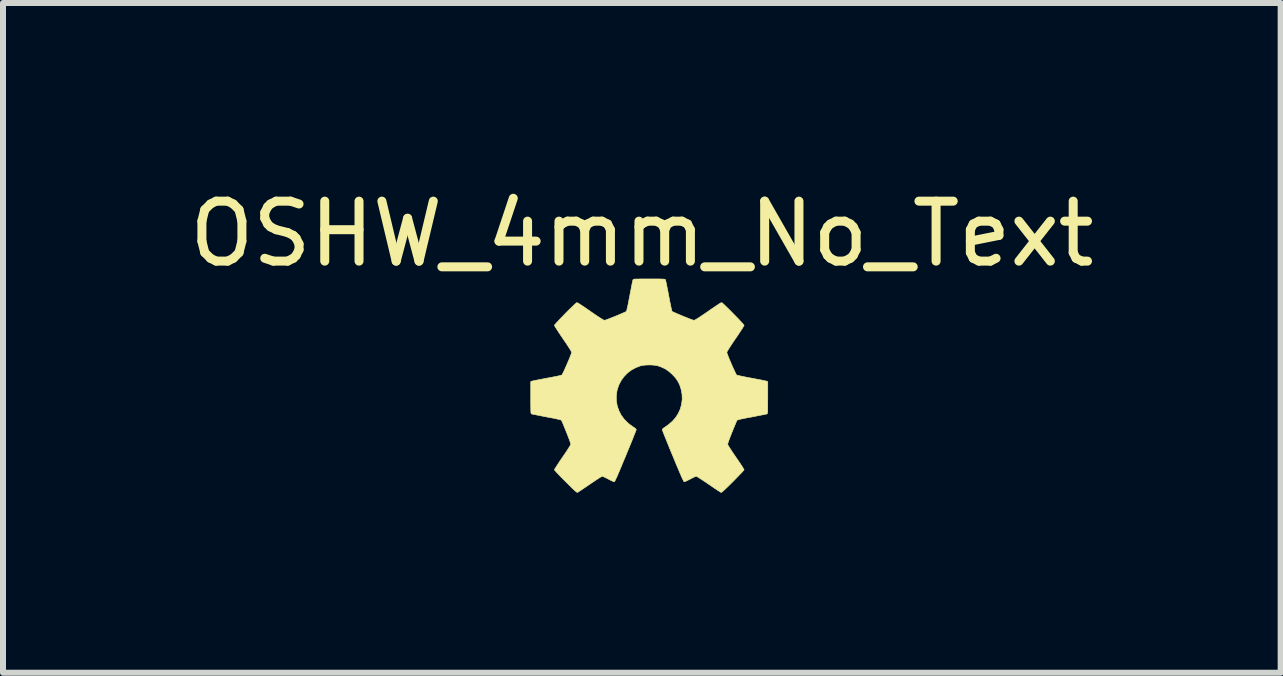
<source format=kicad_pcb>
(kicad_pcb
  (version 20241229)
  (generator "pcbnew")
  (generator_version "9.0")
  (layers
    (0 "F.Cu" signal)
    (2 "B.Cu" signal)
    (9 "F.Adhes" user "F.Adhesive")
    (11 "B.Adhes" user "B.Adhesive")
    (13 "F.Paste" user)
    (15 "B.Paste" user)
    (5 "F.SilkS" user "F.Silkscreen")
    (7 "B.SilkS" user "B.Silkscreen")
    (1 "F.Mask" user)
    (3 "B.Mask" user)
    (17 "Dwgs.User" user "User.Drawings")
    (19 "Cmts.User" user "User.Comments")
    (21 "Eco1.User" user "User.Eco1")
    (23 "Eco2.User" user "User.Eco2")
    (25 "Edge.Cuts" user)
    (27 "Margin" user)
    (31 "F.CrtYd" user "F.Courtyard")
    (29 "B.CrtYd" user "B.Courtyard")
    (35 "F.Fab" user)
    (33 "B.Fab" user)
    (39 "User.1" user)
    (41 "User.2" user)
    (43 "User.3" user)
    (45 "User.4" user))
  (footprint "OSHW_4mm_No_Text"
    (layer "F.Cu")
    (at 7.769 3.378)
    (property "Reference" "OSHW_4mm_No_Text" (at -0.12 -2.53 0) (layer "F.SilkS") (effects (font (size 1 1) (thickness 0.15))))
    (attr through_hole)
    (fp_poly (pts (xy 0.07 -1.778) (xy 0.124 -1.778) (xy 0.167 -1.778) (xy 0.201 -1.777) (xy 0.226 -1.776) (xy 0.245 -1.775) (xy 0.257 -1.774) (xy 0.265 -1.772) (xy 0.27 -1.77) (xy 0.273 -1.767) (xy 0.274 -1.765) (xy 0.277 -1.756) (xy 0.281 -1.735) (xy 0.288 -1.704) (xy 0.296 -1.664) (xy 0.305 -1.617) (xy 0.316 -1.565) (xy 0.326 -1.509) (xy 0.328 -1.499) (xy 0.339 -1.443) (xy 0.349 -1.39) (xy 0.359 -1.343) (xy 0.367 -1.303) (xy 0.374 -1.271) (xy 0.38 -1.249) (xy 0.383 -1.239) (xy 0.384 -1.238) (xy 0.392 -1.233) (xy 0.412 -1.223) (xy 0.44 -1.211) (xy 0.474 -1.196) (xy 0.513 -1.18) (xy 0.554 -1.162) (xy 0.596 -1.145) (xy 0.637 -1.129) (xy 0.674 -1.114) (xy 0.706 -1.102) (xy 0.731 -1.093) (xy 0.746 -1.089) (xy 0.749 -1.088) (xy 0.758 -1.091) (xy 0.776 -1.1) (xy 0.803 -1.116) (xy 0.839 -1.139) (xy 0.884 -1.169) (xy 0.94 -1.207) (xy 0.972 -1.229) (xy 1.028 -1.268) (xy 1.074 -1.299) (xy 1.111 -1.325) (xy 1.141 -1.344) (xy 1.163 -1.359) (xy 1.18 -1.37) (xy 1.192 -1.377) (xy 1.2 -1.38) (xy 1.206 -1.382) (xy 1.21 -1.382) (xy 1.214 -1.381) (xy 1.215 -1.381) (xy 1.224 -1.375) (xy 1.24 -1.361) (xy 1.263 -1.339) (xy 1.291 -1.312) (xy 1.323 -1.281) (xy 1.357 -1.247) (xy 1.393 -1.21) (xy 1.43 -1.173) (xy 1.465 -1.137) (xy 1.498 -1.103) (xy 1.527 -1.071) (xy 1.552 -1.045) (xy 1.57 -1.024) (xy 1.581 -1.01) (xy 1.584 -1.005) (xy 1.58 -0.997) (xy 1.57 -0.979) (xy 1.554 -0.952) (xy 1.532 -0.919) (xy 1.506 -0.879) (xy 1.477 -0.835) (xy 1.445 -0.788) (xy 1.44 -0.782) (xy 1.397 -0.718) (xy 1.362 -0.665) (xy 1.334 -0.622) (xy 1.314 -0.589) (xy 1.301 -0.567) (xy 1.297 -0.556) (xy 1.297 -0.555) (xy 1.299 -0.543) (xy 1.307 -0.522) (xy 1.318 -0.492) (xy 1.332 -0.456) (xy 1.349 -0.416) (xy 1.367 -0.374) (xy 1.385 -0.331) (xy 1.404 -0.29) (xy 1.421 -0.253) (xy 1.436 -0.221) (xy 1.448 -0.196) (xy 1.457 -0.181) (xy 1.461 -0.176) (xy 1.47 -0.173) (xy 1.491 -0.168) (xy 1.523 -0.161) (xy 1.562 -0.153) (xy 1.609 -0.143) (xy 1.66 -0.133) (xy 1.711 -0.124) (xy 1.767 -0.113) (xy 1.818 -0.104) (xy 1.864 -0.095) (xy 1.903 -0.087) (xy 1.934 -0.08) (xy 1.955 -0.076) (xy 1.963 -0.073) (xy 1.979 -0.067) (xy 1.979 0.2) (xy 1.978 0.267) (xy 1.978 0.321) (xy 1.978 0.365) (xy 1.978 0.4) (xy 1.977 0.425) (xy 1.976 0.444) (xy 1.974 0.457) (xy 1.972 0.465) (xy 1.97 0.469) (xy 1.967 0.471) (xy 1.967 0.471) (xy 1.958 0.474) (xy 1.937 0.478) (xy 1.906 0.485) (xy 1.867 0.492) (xy 1.821 0.501) (xy 1.77 0.511) (xy 1.715 0.522) (xy 1.648 0.534) (xy 1.593 0.545) (xy 1.55 0.554) (xy 1.516 0.561) (xy 1.492 0.568) (xy 1.477 0.573) (xy 1.468 0.577) (xy 1.466 0.578) (xy 1.462 0.587) (xy 1.453 0.607) (xy 1.441 0.636) (xy 1.426 0.672) (xy 1.408 0.714) (xy 1.39 0.761) (xy 1.383 0.776) (xy 1.359 0.838) (xy 1.339 0.889) (xy 1.325 0.928) (xy 1.316 0.956) (xy 1.312 0.974) (xy 1.312 0.981) (xy 1.316 0.991) (xy 1.327 1.01) (xy 1.344 1.037) (xy 1.366 1.071) (xy 1.392 1.111) (xy 1.422 1.155) (xy 1.449 1.195) (xy 1.481 1.241) (xy 1.509 1.283) (xy 1.535 1.321) (xy 1.556 1.354) (xy 1.571 1.379) (xy 1.581 1.396) (xy 1.584 1.402) (xy 1.58 1.41) (xy 1.566 1.425) (xy 1.546 1.448) (xy 1.519 1.476) (xy 1.486 1.51) (xy 1.449 1.548) (xy 1.409 1.589) (xy 1.398 1.6) (xy 1.35 1.648) (xy 1.31 1.687) (xy 1.278 1.718) (xy 1.252 1.742) (xy 1.233 1.76) (xy 1.218 1.771) (xy 1.208 1.778) (xy 1.202 1.781) (xy 1.199 1.78) (xy 1.191 1.776) (xy 1.173 1.764) (xy 1.147 1.747) (xy 1.113 1.725) (xy 1.075 1.699) (xy 1.031 1.669) (xy 0.993 1.643) (xy 0.948 1.612) (xy 0.905 1.584) (xy 0.867 1.559) (xy 0.835 1.538) (xy 0.81 1.523) (xy 0.794 1.513) (xy 0.787 1.511) (xy 0.777 1.514) (xy 0.757 1.522) (xy 0.731 1.535) (xy 0.7 1.55) (xy 0.686 1.558) (xy 0.654 1.574) (xy 0.626 1.588) (xy 0.603 1.598) (xy 0.589 1.602) (xy 0.586 1.603) (xy 0.582 1.6) (xy 0.577 1.591) (xy 0.569 1.576) (xy 0.558 1.553) (xy 0.544 1.523) (xy 0.527 1.484) (xy 0.506 1.436) (xy 0.482 1.378) (xy 0.453 1.31) (xy 0.42 1.23) (xy 0.397 1.174) (xy 0.367 1.102) (xy 0.339 1.034) (xy 0.313 0.97) (xy 0.29 0.912) (xy 0.269 0.86) (xy 0.251 0.816) (xy 0.237 0.78) (xy 0.227 0.754) (xy 0.222 0.738) (xy 0.221 0.735) (xy 0.226 0.722) (xy 0.242 0.708) (xy 0.249 0.703) (xy 0.268 0.691) (xy 0.293 0.673) (xy 0.319 0.654) (xy 0.325 0.65) (xy 0.39 0.594) (xy 0.445 0.531) (xy 0.489 0.461) (xy 0.522 0.387) (xy 0.543 0.308) (xy 0.553 0.227) (xy 0.55 0.145) (xy 0.535 0.062) (xy 0.512 -0.008) (xy 0.491 -0.054) (xy 0.466 -0.095) (xy 0.436 -0.136) (xy 0.396 -0.178) (xy 0.388 -0.187) (xy 0.328 -0.24) (xy 0.267 -0.281) (xy 0.2 -0.312) (xy 0.15 -0.329) (xy 0.103 -0.339) (xy 0.047 -0.344) (xy -0.012 -0.345) (xy -0.07 -0.342) (xy -0.122 -0.334) (xy -0.144 -0.329) (xy -0.222 -0.299) (xy -0.295 -0.259) (xy -0.361 -0.209) (xy -0.418 -0.15) (xy -0.466 -0.083) (xy -0.504 -0.01) (xy -0.53 0.068) (xy -0.535 0.09) (xy -0.546 0.174) (xy -0.544 0.257) (xy -0.53 0.338) (xy -0.503 0.416) (xy -0.466 0.49) (xy -0.417 0.557) (xy -0.358 0.618) (xy -0.319 0.65) (xy -0.293 0.668) (xy -0.267 0.687) (xy -0.246 0.701) (xy -0.242 0.703) (xy -0.224 0.718) (xy -0.214 0.731) (xy -0.214 0.735) (xy -0.216 0.743) (xy -0.224 0.762) (xy -0.235 0.792) (xy -0.251 0.831) (xy -0.269 0.878) (xy -0.291 0.933) (xy -0.316 0.993) (xy -0.343 1.059) (xy -0.372 1.129) (xy -0.39 1.174) (xy -0.427 1.261) (xy -0.458 1.337) (xy -0.485 1.401) (xy -0.508 1.455) (xy -0.527 1.5) (xy -0.543 1.535) (xy -0.556 1.562) (xy -0.565 1.582) (xy -0.572 1.595) (xy -0.577 1.602) (xy -0.579 1.603) (xy -0.589 1.6) (xy -0.609 1.593) (xy -0.635 1.581) (xy -0.665 1.565) (xy -0.679 1.558) (xy -0.711 1.541) (xy -0.74 1.527) (xy -0.763 1.517) (xy -0.777 1.511) (xy -0.78 1.511) (xy -0.789 1.514) (xy -0.807 1.525) (xy -0.833 1.541) (xy -0.866 1.562) (xy -0.905 1.588) (xy -0.948 1.617) (xy -0.987 1.643) (xy -1.032 1.674) (xy -1.075 1.703) (xy -1.113 1.729) (xy -1.145 1.75) (xy -1.17 1.766) (xy -1.186 1.777) (xy -1.193 1.78) (xy -1.197 1.78) (xy -1.205 1.776) (xy -1.217 1.767) (xy -1.233 1.754) (xy -1.255 1.734) (xy -1.283 1.707) (xy -1.318 1.672) (xy -1.361 1.63) (xy -1.391 1.6) (xy -1.433 1.558) (xy -1.47 1.52) (xy -1.504 1.485) (xy -1.533 1.455) (xy -1.555 1.43) (xy -1.57 1.413) (xy -1.577 1.403) (xy -1.577 1.402) (xy -1.574 1.394) (xy -1.563 1.377) (xy -1.547 1.351) (xy -1.525 1.318) (xy -1.5 1.279) (xy -1.471 1.236) (xy -1.443 1.195) (xy -1.411 1.149) (xy -1.382 1.106) (xy -1.357 1.067) (xy -1.335 1.033) (xy -1.319 1.007) (xy -1.308 0.989) (xy -1.305 0.981) (xy -1.306 0.97) (xy -1.312 0.948) (xy -1.323 0.916) (xy -1.339 0.873) (xy -1.36 0.819) (xy -1.377 0.776) (xy -1.396 0.729) (xy -1.414 0.685) (xy -1.429 0.647) (xy -1.443 0.615) (xy -1.453 0.592) (xy -1.459 0.58) (xy -1.46 0.578) (xy -1.465 0.574) (xy -1.478 0.57) (xy -1.498 0.564) (xy -1.527 0.558) (xy -1.566 0.549) (xy -1.615 0.539) (xy -1.677 0.528) (xy -1.708 0.522) (xy -1.764 0.511) (xy -1.815 0.501) (xy -1.861 0.492) (xy -1.9 0.484) (xy -1.931 0.478) (xy -1.951 0.474) (xy -1.96 0.471) (xy -1.963 0.469) (xy -1.965 0.465) (xy -1.967 0.458) (xy -1.969 0.446) (xy -1.97 0.428) (xy -1.971 0.403) (xy -1.971 0.37) (xy -1.972 0.327) (xy -1.972 0.274) (xy -1.972 0.209) (xy -1.972 -0.067) (xy -1.957 -0.073) (xy -1.947 -0.076) (xy -1.925 -0.081) (xy -1.894 -0.087) (xy -1.854 -0.095) (xy -1.808 -0.104) (xy -1.756 -0.114) (xy -1.705 -0.124) (xy -1.65 -0.134) (xy -1.598 -0.144) (xy -1.552 -0.153) (xy -1.513 -0.161) (xy -1.483 -0.168) (xy -1.463 -0.174) (xy -1.454 -0.176) (xy -1.448 -0.185) (xy -1.438 -0.204) (xy -1.424 -0.231) (xy -1.408 -0.265) (xy -1.391 -0.304) (xy -1.372 -0.346) (xy -1.354 -0.389) (xy -1.336 -0.43) (xy -1.32 -0.469) (xy -1.307 -0.503) (xy -1.297 -0.53) (xy -1.291 -0.549) (xy -1.29 -0.555) (xy -1.294 -0.566) (xy -1.306 -0.588) (xy -1.326 -0.62) (xy -1.353 -0.662) (xy -1.388 -0.715) (xy -1.431 -0.777) (xy -1.434 -0.782) (xy -1.466 -0.829) (xy -1.496 -0.874) (xy -1.522 -0.914) (xy -1.544 -0.948) (xy -1.562 -0.976) (xy -1.573 -0.995) (xy -1.577 -1.005) (xy -1.577 -1.005) (xy -1.573 -1.013) (xy -1.56 -1.028) (xy -1.54 -1.05) (xy -1.514 -1.078) (xy -1.484 -1.11) (xy -1.45 -1.145) (xy -1.415 -1.182) (xy -1.379 -1.219) (xy -1.343 -1.255) (xy -1.308 -1.289) (xy -1.277 -1.319) (xy -1.25 -1.345) (xy -1.229 -1.364) (xy -1.214 -1.377) (xy -1.209 -1.381) (xy -1.205 -1.382) (xy -1.201 -1.382) (xy -1.195 -1.381) (xy -1.188 -1.378) (xy -1.177 -1.372) (xy -1.162 -1.363) (xy -1.141 -1.349) (xy -1.114 -1.331) (xy -1.079 -1.308) (xy -1.036 -1.278) (xy -0.983 -1.242) (xy -0.965 -1.229) (xy -0.904 -1.187) (xy -0.853 -1.153) (xy -0.813 -1.127) (xy -0.782 -1.107) (xy -0.759 -1.095) (xy -0.746 -1.089) (xy -0.742 -1.088) (xy -0.732 -1.091) (xy -0.711 -1.098) (xy -0.682 -1.109) (xy -0.646 -1.123) (xy -0.607 -1.138) (xy -0.565 -1.155) (xy -0.523 -1.172) (xy -0.483 -1.189) (xy -0.447 -1.205) (xy -0.416 -1.218) (xy -0.393 -1.229) (xy -0.379 -1.236) (xy -0.377 -1.238) (xy -0.374 -1.246) (xy -0.369 -1.266) (xy -0.362 -1.296) (xy -0.353 -1.335) (xy -0.344 -1.381) (xy -0.334 -1.433) (xy -0.323 -1.489) (xy -0.321 -1.499) (xy -0.311 -1.556) (xy -0.3 -1.609) (xy -0.291 -1.657) (xy -0.283 -1.698) (xy -0.276 -1.73) (xy -0.271 -1.753) (xy -0.267 -1.764) (xy -0.267 -1.765) (xy -0.265 -1.768) (xy -0.261 -1.771) (xy -0.255 -1.773) (xy -0.245 -1.775) (xy -0.23 -1.776) (xy -0.208 -1.777) (xy -0.179 -1.777) (xy -0.14 -1.778) (xy -0.091 -1.778) (xy -0.031 -1.778) (xy 0.003 -1.778) (xy 0.07 -1.778)) (stroke (width 0.01) (type solid)) (fill yes) (layer "F.SilkS")))
  (gr_rect
    (start -3 -3)
    (end 18.298 8.164)
    (stroke (width 0.1) (type default))
    (fill no)
    (layer "Edge.Cuts")))
</source>
